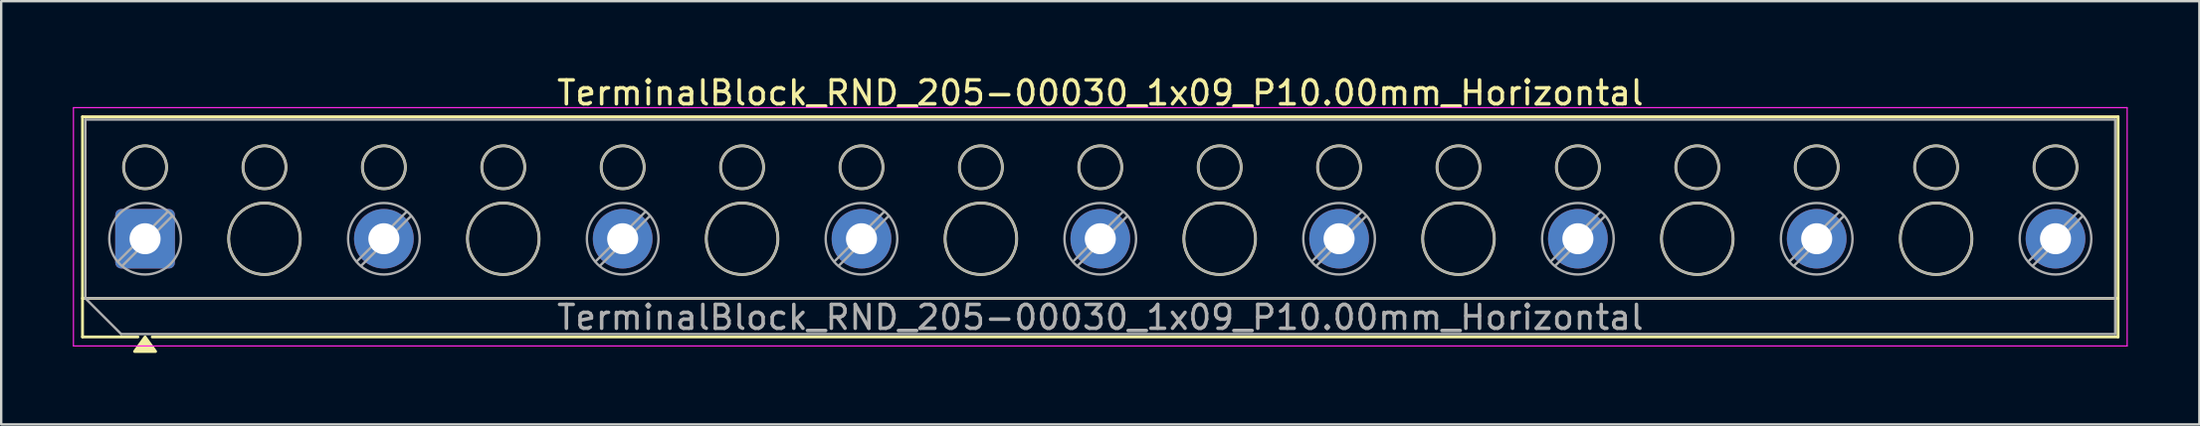
<source format=kicad_pcb>
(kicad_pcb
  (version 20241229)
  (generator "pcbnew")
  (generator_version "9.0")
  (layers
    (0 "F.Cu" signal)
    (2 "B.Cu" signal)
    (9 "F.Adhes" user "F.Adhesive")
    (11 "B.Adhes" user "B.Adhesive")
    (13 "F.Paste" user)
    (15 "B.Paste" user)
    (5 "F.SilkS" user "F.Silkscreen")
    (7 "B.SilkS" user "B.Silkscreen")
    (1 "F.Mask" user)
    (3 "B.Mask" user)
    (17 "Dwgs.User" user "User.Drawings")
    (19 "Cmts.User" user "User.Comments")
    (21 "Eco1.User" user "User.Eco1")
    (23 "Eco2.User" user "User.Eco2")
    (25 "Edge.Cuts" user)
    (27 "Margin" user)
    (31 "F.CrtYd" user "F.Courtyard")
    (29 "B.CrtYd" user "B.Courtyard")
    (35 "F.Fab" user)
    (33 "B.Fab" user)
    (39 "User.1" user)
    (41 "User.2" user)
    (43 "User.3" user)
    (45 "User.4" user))
  (footprint "TerminalBlock_RND_205-00030_1x09_P10.00mm_Horizontal"
    (layer "F.Cu")
    (at 3.025 6.968)
    (property "Reference" "TerminalBlock_RND_205-00030_1x09_P10.00mm_Horizontal" (at 40 -6.12 0) (layer "F.SilkS") (effects (font (size 1 1) (thickness 0.15))))
    (attr through_hole)
    (fp_line (start -2.62 -5.12) (end -2.62 4.12) (stroke (width 0.12) (type solid)) (layer "F.SilkS"))
    (fp_line (start -2.62 -5.12) (end 82.62 -5.12) (stroke (width 0.12) (type solid)) (layer "F.SilkS"))
    (fp_line (start -2.62 2.5) (end 82.62 2.5) (stroke (width 0.12) (type solid)) (layer "F.SilkS"))
    (fp_line (start -2.62 4.12) (end -0.3 4.12) (stroke (width 0.12) (type solid)) (layer "F.SilkS"))
    (fp_line (start 0.3 4.12) (end 82.62 4.12) (stroke (width 0.12) (type solid)) (layer "F.SilkS"))
    (fp_line (start 82.62 -5.12) (end 82.62 4.12) (stroke (width 0.12) (type solid)) (layer "F.SilkS"))
    (fp_circle (center 0 -3) (end 0.9 -3) (stroke (width 0.12) (type solid)) (fill no) (layer "F.SilkS"))
    (fp_circle (center 5 -3) (end 5.9 -3) (stroke (width 0.12) (type solid)) (fill no) (layer "F.SilkS"))
    (fp_circle (center 5 0) (end 6.5 0) (stroke (width 0.12) (type solid)) (fill no) (layer "F.SilkS"))
    (fp_circle (center 10 -3) (end 10.9 -3) (stroke (width 0.12) (type solid)) (fill no) (layer "F.SilkS"))
    (fp_circle (center 15 -3) (end 15.9 -3) (stroke (width 0.12) (type solid)) (fill no) (layer "F.SilkS"))
    (fp_circle (center 15 0) (end 16.5 0) (stroke (width 0.12) (type solid)) (fill no) (layer "F.SilkS"))
    (fp_circle (center 20 -3) (end 20.9 -3) (stroke (width 0.12) (type solid)) (fill no) (layer "F.SilkS"))
    (fp_circle (center 25 -3) (end 25.9 -3) (stroke (width 0.12) (type solid)) (fill no) (layer "F.SilkS"))
    (fp_circle (center 25 0) (end 26.5 0) (stroke (width 0.12) (type solid)) (fill no) (layer "F.SilkS"))
    (fp_circle (center 30 -3) (end 30.9 -3) (stroke (width 0.12) (type solid)) (fill no) (layer "F.SilkS"))
    (fp_circle (center 35 -3) (end 35.9 -3) (stroke (width 0.12) (type solid)) (fill no) (layer "F.SilkS"))
    (fp_circle (center 35 0) (end 36.5 0) (stroke (width 0.12) (type solid)) (fill no) (layer "F.SilkS"))
    (fp_circle (center 40 -3) (end 40.9 -3) (stroke (width 0.12) (type solid)) (fill no) (layer "F.SilkS"))
    (fp_circle (center 45 -3) (end 45.9 -3) (stroke (width 0.12) (type solid)) (fill no) (layer "F.SilkS"))
    (fp_circle (center 45 0) (end 46.5 0) (stroke (width 0.12) (type solid)) (fill no) (layer "F.SilkS"))
    (fp_circle (center 50 -3) (end 50.9 -3) (stroke (width 0.12) (type solid)) (fill no) (layer "F.SilkS"))
    (fp_circle (center 55 -3) (end 55.9 -3) (stroke (width 0.12) (type solid)) (fill no) (layer "F.SilkS"))
    (fp_circle (center 55 0) (end 56.5 0) (stroke (width 0.12) (type solid)) (fill no) (layer "F.SilkS"))
    (fp_circle (center 60 -3) (end 60.9 -3) (stroke (width 0.12) (type solid)) (fill no) (layer "F.SilkS"))
    (fp_circle (center 65 -3) (end 65.9 -3) (stroke (width 0.12) (type solid)) (fill no) (layer "F.SilkS"))
    (fp_circle (center 65 0) (end 66.5 0) (stroke (width 0.12) (type solid)) (fill no) (layer "F.SilkS"))
    (fp_circle (center 70 -3) (end 70.9 -3) (stroke (width 0.12) (type solid)) (fill no) (layer "F.SilkS"))
    (fp_circle (center 75 -3) (end 75.9 -3) (stroke (width 0.12) (type solid)) (fill no) (layer "F.SilkS"))
    (fp_circle (center 75 0) (end 76.5 0) (stroke (width 0.12) (type solid)) (fill no) (layer "F.SilkS"))
    (fp_circle (center 80 -3) (end 80.9 -3) (stroke (width 0.12) (type solid)) (fill no) (layer "F.SilkS"))
    (fp_poly (pts (xy 0 4.12) (xy 0.44 4.73) (xy -0.44 4.73)) (stroke (width 0.12) (type solid)) (fill yes) (layer "F.SilkS"))
    (fp_line (start -3 -5.5) (end -3 4.5) (stroke (width 0.05) (type solid)) (layer "F.CrtYd"))
    (fp_line (start -3 4.5) (end 83 4.5) (stroke (width 0.05) (type solid)) (layer "F.CrtYd"))
    (fp_line (start 83 -5.5) (end -3 -5.5) (stroke (width 0.05) (type solid)) (layer "F.CrtYd"))
    (fp_line (start 83 4.5) (end 83 -5.5) (stroke (width 0.05) (type solid)) (layer "F.CrtYd"))
    (fp_line (start -2.5 -5) (end 82.5 -5) (stroke (width 0.1) (type solid)) (layer "F.Fab"))
    (fp_line (start -2.5 2.5) (end -2.5 -5) (stroke (width 0.1) (type solid)) (layer "F.Fab"))
    (fp_line (start -2.5 2.5) (end 82.5 2.5) (stroke (width 0.1) (type solid)) (layer "F.Fab"))
    (fp_line (start -1 4) (end -2.5 2.5) (stroke (width 0.1) (type solid)) (layer "F.Fab"))
    (fp_line (start 0.955 -1.138) (end -1.138 0.955) (stroke (width 0.1) (type solid)) (layer "F.Fab"))
    (fp_line (start 1.138 -0.955) (end -0.955 1.138) (stroke (width 0.1) (type solid)) (layer "F.Fab"))
    (fp_line (start 10.955 -1.138) (end 8.862 0.955) (stroke (width 0.1) (type solid)) (layer "F.Fab"))
    (fp_line (start 11.138 -0.955) (end 9.045 1.138) (stroke (width 0.1) (type solid)) (layer "F.Fab"))
    (fp_line (start 20.955 -1.138) (end 18.862 0.955) (stroke (width 0.1) (type solid)) (layer "F.Fab"))
    (fp_line (start 21.138 -0.955) (end 19.045 1.138) (stroke (width 0.1) (type solid)) (layer "F.Fab"))
    (fp_line (start 30.955 -1.138) (end 28.862 0.955) (stroke (width 0.1) (type solid)) (layer "F.Fab"))
    (fp_line (start 31.138 -0.955) (end 29.045 1.138) (stroke (width 0.1) (type solid)) (layer "F.Fab"))
    (fp_line (start 40.955 -1.138) (end 38.862 0.955) (stroke (width 0.1) (type solid)) (layer "F.Fab"))
    (fp_line (start 41.138 -0.955) (end 39.045 1.138) (stroke (width 0.1) (type solid)) (layer "F.Fab"))
    (fp_line (start 50.955 -1.138) (end 48.862 0.955) (stroke (width 0.1) (type solid)) (layer "F.Fab"))
    (fp_line (start 51.138 -0.955) (end 49.045 1.138) (stroke (width 0.1) (type solid)) (layer "F.Fab"))
    (fp_line (start 60.955 -1.138) (end 58.862 0.955) (stroke (width 0.1) (type solid)) (layer "F.Fab"))
    (fp_line (start 61.138 -0.955) (end 59.045 1.138) (stroke (width 0.1) (type solid)) (layer "F.Fab"))
    (fp_line (start 70.955 -1.138) (end 68.862 0.955) (stroke (width 0.1) (type solid)) (layer "F.Fab"))
    (fp_line (start 71.138 -0.955) (end 69.045 1.138) (stroke (width 0.1) (type solid)) (layer "F.Fab"))
    (fp_line (start 80.955 -1.138) (end 78.862 0.955) (stroke (width 0.1) (type solid)) (layer "F.Fab"))
    (fp_line (start 81.138 -0.955) (end 79.045 1.138) (stroke (width 0.1) (type solid)) (layer "F.Fab"))
    (fp_line (start 82.5 -5) (end 82.5 4) (stroke (width 0.1) (type solid)) (layer "F.Fab"))
    (fp_line (start 82.5 4) (end -1 4) (stroke (width 0.1) (type solid)) (layer "F.Fab"))
    (fp_circle (center 0 -3) (end 0.9 -3) (stroke (width 0.1) (type solid)) (fill no) (layer "F.Fab"))
    (fp_circle (center 0 0) (end 1.5 0) (stroke (width 0.1) (type solid)) (fill no) (layer "F.Fab"))
    (fp_circle (center 5 -3) (end 5.9 -3) (stroke (width 0.1) (type solid)) (fill no) (layer "F.Fab"))
    (fp_circle (center 5 0) (end 6.5 0) (stroke (width 0.1) (type solid)) (fill no) (layer "F.Fab"))
    (fp_circle (center 10 -3) (end 10.9 -3) (stroke (width 0.1) (type solid)) (fill no) (layer "F.Fab"))
    (fp_circle (center 10 0) (end 11.5 0) (stroke (width 0.1) (type solid)) (fill no) (layer "F.Fab"))
    (fp_circle (center 15 -3) (end 15.9 -3) (stroke (width 0.1) (type solid)) (fill no) (layer "F.Fab"))
    (fp_circle (center 15 0) (end 16.5 0) (stroke (width 0.1) (type solid)) (fill no) (layer "F.Fab"))
    (fp_circle (center 20 -3) (end 20.9 -3) (stroke (width 0.1) (type solid)) (fill no) (layer "F.Fab"))
    (fp_circle (center 20 0) (end 21.5 0) (stroke (width 0.1) (type solid)) (fill no) (layer "F.Fab"))
    (fp_circle (center 25 -3) (end 25.9 -3) (stroke (width 0.1) (type solid)) (fill no) (layer "F.Fab"))
    (fp_circle (center 25 0) (end 26.5 0) (stroke (width 0.1) (type solid)) (fill no) (layer "F.Fab"))
    (fp_circle (center 30 -3) (end 30.9 -3) (stroke (width 0.1) (type solid)) (fill no) (layer "F.Fab"))
    (fp_circle (center 30 0) (end 31.5 0) (stroke (width 0.1) (type solid)) (fill no) (layer "F.Fab"))
    (fp_circle (center 35 -3) (end 35.9 -3) (stroke (width 0.1) (type solid)) (fill no) (layer "F.Fab"))
    (fp_circle (center 35 0) (end 36.5 0) (stroke (width 0.1) (type solid)) (fill no) (layer "F.Fab"))
    (fp_circle (center 40 -3) (end 40.9 -3) (stroke (width 0.1) (type solid)) (fill no) (layer "F.Fab"))
    (fp_circle (center 40 0) (end 41.5 0) (stroke (width 0.1) (type solid)) (fill no) (layer "F.Fab"))
    (fp_circle (center 45 -3) (end 45.9 -3) (stroke (width 0.1) (type solid)) (fill no) (layer "F.Fab"))
    (fp_circle (center 45 0) (end 46.5 0) (stroke (width 0.1) (type solid)) (fill no) (layer "F.Fab"))
    (fp_circle (center 50 -3) (end 50.9 -3) (stroke (width 0.1) (type solid)) (fill no) (layer "F.Fab"))
    (fp_circle (center 50 0) (end 51.5 0) (stroke (width 0.1) (type solid)) (fill no) (layer "F.Fab"))
    (fp_circle (center 55 -3) (end 55.9 -3) (stroke (width 0.1) (type solid)) (fill no) (layer "F.Fab"))
    (fp_circle (center 55 0) (end 56.5 0) (stroke (width 0.1) (type solid)) (fill no) (layer "F.Fab"))
    (fp_circle (center 60 -3) (end 60.9 -3) (stroke (width 0.1) (type solid)) (fill no) (layer "F.Fab"))
    (fp_circle (center 60 0) (end 61.5 0) (stroke (width 0.1) (type solid)) (fill no) (layer "F.Fab"))
    (fp_circle (center 65 -3) (end 65.9 -3) (stroke (width 0.1) (type solid)) (fill no) (layer "F.Fab"))
    (fp_circle (center 65 0) (end 66.5 0) (stroke (width 0.1) (type solid)) (fill no) (layer "F.Fab"))
    (fp_circle (center 70 -3) (end 70.9 -3) (stroke (width 0.1) (type solid)) (fill no) (layer "F.Fab"))
    (fp_circle (center 70 0) (end 71.5 0) (stroke (width 0.1) (type solid)) (fill no) (layer "F.Fab"))
    (fp_circle (center 75 -3) (end 75.9 -3) (stroke (width 0.1) (type solid)) (fill no) (layer "F.Fab"))
    (fp_circle (center 75 0) (end 76.5 0) (stroke (width 0.1) (type solid)) (fill no) (layer "F.Fab"))
    (fp_circle (center 80 -3) (end 80.9 -3) (stroke (width 0.1) (type solid)) (fill no) (layer "F.Fab"))
    (fp_circle (center 80 0) (end 81.5 0) (stroke (width 0.1) (type solid)) (fill no) (layer "F.Fab"))
    (fp_text user "${REFERENCE}" (at 40 3.3 0) (layer "F.Fab") (effects (font (size 1 1) (thickness 0.15))))
    (pad "1" thru_hole roundrect (at 0 0) (size 2.5 2.5) (drill 1.3) (layers "*.Cu" "*.Mask") (roundrect_rratio 0.1))
    (pad "2" thru_hole circle (at 10 0) (size 2.5 2.5) (drill 1.3) (layers "*.Cu" "*.Mask"))
    (pad "3" thru_hole circle (at 20 0) (size 2.5 2.5) (drill 1.3) (layers "*.Cu" "*.Mask"))
    (pad "4" thru_hole circle (at 30 0) (size 2.5 2.5) (drill 1.3) (layers "*.Cu" "*.Mask"))
    (pad "5" thru_hole circle (at 40 0) (size 2.5 2.5) (drill 1.3) (layers "*.Cu" "*.Mask"))
    (pad "6" thru_hole circle (at 50 0) (size 2.5 2.5) (drill 1.3) (layers "*.Cu" "*.Mask"))
    (pad "7" thru_hole circle (at 60 0) (size 2.5 2.5) (drill 1.3) (layers "*.Cu" "*.Mask"))
    (pad "8" thru_hole circle (at 70 0) (size 2.5 2.5) (drill 1.3) (layers "*.Cu" "*.Mask"))
    (pad "9" thru_hole circle (at 80 0) (size 2.5 2.5) (drill 1.3) (layers "*.Cu" "*.Mask")))
  (gr_rect
    (start -3 -3)
    (end 89.05 14.758)
    (stroke (width 0.1) (type default))
    (fill no)
    (layer "Edge.Cuts")))
</source>
